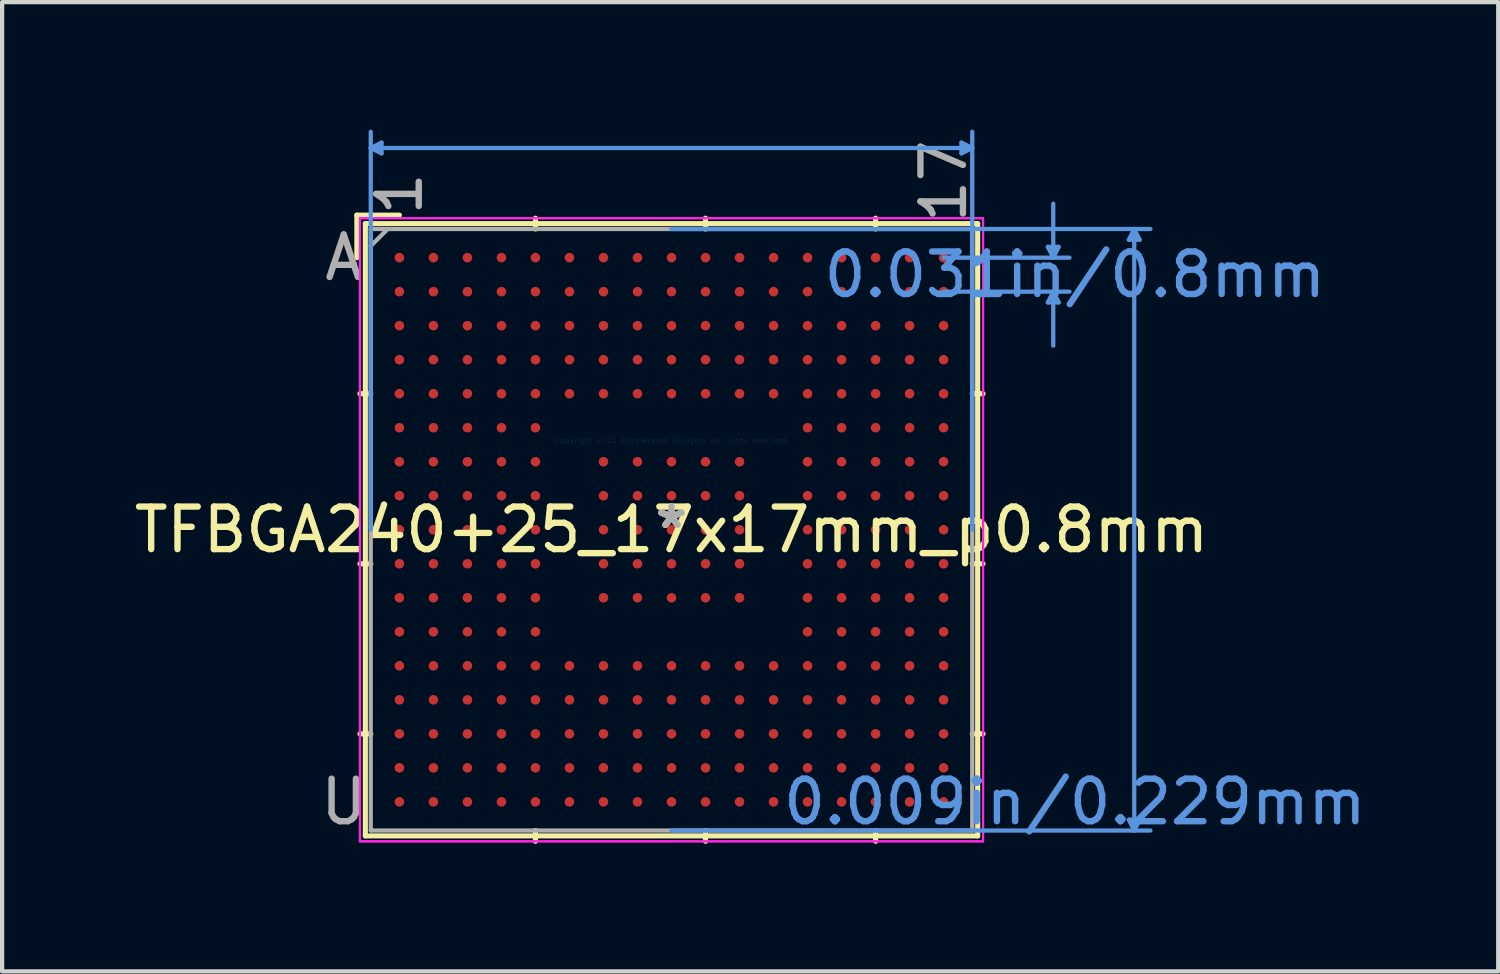
<source format=kicad_pcb>
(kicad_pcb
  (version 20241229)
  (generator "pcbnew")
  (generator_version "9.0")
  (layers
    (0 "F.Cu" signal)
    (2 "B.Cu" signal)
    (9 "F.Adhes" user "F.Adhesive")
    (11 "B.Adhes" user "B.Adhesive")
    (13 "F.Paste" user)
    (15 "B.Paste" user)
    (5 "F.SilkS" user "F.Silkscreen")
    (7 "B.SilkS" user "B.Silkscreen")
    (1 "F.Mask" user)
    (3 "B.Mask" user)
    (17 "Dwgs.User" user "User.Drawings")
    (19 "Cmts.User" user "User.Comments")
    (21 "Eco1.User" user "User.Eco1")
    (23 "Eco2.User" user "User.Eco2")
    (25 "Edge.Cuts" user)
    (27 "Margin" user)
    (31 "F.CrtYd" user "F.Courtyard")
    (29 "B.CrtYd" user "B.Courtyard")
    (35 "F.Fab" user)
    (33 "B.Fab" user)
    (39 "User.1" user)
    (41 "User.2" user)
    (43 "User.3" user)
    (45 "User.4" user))
  (footprint "TFBGA240+25_17x17mm_p0.8mm"
    (layer "F.Cu")
    (at 12.744 9.41)
    (property "Reference" "TFBGA240+25_17x17mm_p0.8mm" (at 0 0 0) (layer "F.SilkS") (effects (font (size 1 1) (thickness 0.15))))
    (attr through_hole)
    (fp_line (start -7.4 -7.4) (end -6.4 -7.4) (stroke (width 0.12) (type solid)) (layer "F.SilkS"))
    (fp_line (start -7.4 -6.4) (end -7.4 -7.4) (stroke (width 0.12) (type solid)) (layer "F.SilkS"))
    (fp_line (start -7.201 -7.201) (end -7.201 7.201) (stroke (width 0.12) (type solid)) (layer "F.SilkS"))
    (fp_line (start -7.201 7.201) (end 7.201 7.201) (stroke (width 0.12) (type solid)) (layer "F.SilkS"))
    (fp_line (start -7.074 -3.2) (end -7.328 -3.2) (stroke (width 0.12) (type solid)) (layer "F.SilkS"))
    (fp_line (start -7.074 0.8) (end -7.328 0.8) (stroke (width 0.12) (type solid)) (layer "F.SilkS"))
    (fp_line (start -7.074 4.8) (end -7.328 4.8) (stroke (width 0.12) (type solid)) (layer "F.SilkS"))
    (fp_line (start -3.2 -7.074) (end -3.2 -7.328) (stroke (width 0.12) (type solid)) (layer "F.SilkS"))
    (fp_line (start -3.2 7.074) (end -3.2 7.328) (stroke (width 0.12) (type solid)) (layer "F.SilkS"))
    (fp_line (start 0.8 -7.074) (end 0.8 -7.328) (stroke (width 0.12) (type solid)) (layer "F.SilkS"))
    (fp_line (start 0.8 7.074) (end 0.8 7.328) (stroke (width 0.12) (type solid)) (layer "F.SilkS"))
    (fp_line (start 4.8 -7.074) (end 4.8 -7.328) (stroke (width 0.12) (type solid)) (layer "F.SilkS"))
    (fp_line (start 4.8 7.074) (end 4.8 7.328) (stroke (width 0.12) (type solid)) (layer "F.SilkS"))
    (fp_line (start 7.074 -3.2) (end 7.328 -3.2) (stroke (width 0.12) (type solid)) (layer "F.SilkS"))
    (fp_line (start 7.074 0.8) (end 7.328 0.8) (stroke (width 0.12) (type solid)) (layer "F.SilkS"))
    (fp_line (start 7.074 4.8) (end 7.328 4.8) (stroke (width 0.12) (type solid)) (layer "F.SilkS"))
    (fp_line (start 7.201 -7.201) (end -7.201 -7.201) (stroke (width 0.12) (type solid)) (layer "F.SilkS"))
    (fp_line (start 7.201 7.201) (end 7.201 -7.201) (stroke (width 0.12) (type solid)) (layer "F.SilkS"))
    (fp_line (start -7.074 -8.979) (end -6.82 -9.106) (stroke (width 0.1) (type solid)) (layer "Cmts.User"))
    (fp_line (start -7.074 -8.979) (end -6.82 -8.852) (stroke (width 0.1) (type solid)) (layer "Cmts.User"))
    (fp_line (start -7.074 -8.979) (end 7.074 -8.979) (stroke (width 0.1) (type solid)) (layer "Cmts.User"))
    (fp_line (start -7.074 0) (end -7.074 -9.36) (stroke (width 0.1) (type solid)) (layer "Cmts.User"))
    (fp_line (start -6.82 -9.106) (end -6.82 -8.852) (stroke (width 0.1) (type solid)) (layer "Cmts.User"))
    (fp_line (start 0 -7.074) (end 11.265 -7.074) (stroke (width 0.1) (type solid)) (layer "Cmts.User"))
    (fp_line (start 0 7.074) (end 11.265 7.074) (stroke (width 0.1) (type solid)) (layer "Cmts.User"))
    (fp_line (start 6.4 -6.4) (end 9.36 -6.4) (stroke (width 0.1) (type solid)) (layer "Cmts.User"))
    (fp_line (start 6.4 -5.6) (end 9.36 -5.6) (stroke (width 0.1) (type solid)) (layer "Cmts.User"))
    (fp_line (start 6.82 -9.106) (end 6.82 -8.852) (stroke (width 0.1) (type solid)) (layer "Cmts.User"))
    (fp_line (start 7.074 -8.979) (end 6.82 -9.106) (stroke (width 0.1) (type solid)) (layer "Cmts.User"))
    (fp_line (start 7.074 -8.979) (end 6.82 -8.852) (stroke (width 0.1) (type solid)) (layer "Cmts.User"))
    (fp_line (start 7.074 0) (end 7.074 -9.36) (stroke (width 0.1) (type solid)) (layer "Cmts.User"))
    (fp_line (start 8.852 -6.654) (end 9.106 -6.654) (stroke (width 0.1) (type solid)) (layer "Cmts.User"))
    (fp_line (start 8.852 -5.346) (end 9.106 -5.346) (stroke (width 0.1) (type solid)) (layer "Cmts.User"))
    (fp_line (start 8.979 -6.4) (end 8.852 -6.654) (stroke (width 0.1) (type solid)) (layer "Cmts.User"))
    (fp_line (start 8.979 -6.4) (end 8.979 -7.67) (stroke (width 0.1) (type solid)) (layer "Cmts.User"))
    (fp_line (start 8.979 -6.4) (end 9.106 -6.654) (stroke (width 0.1) (type solid)) (layer "Cmts.User"))
    (fp_line (start 8.979 -5.6) (end 8.852 -5.346) (stroke (width 0.1) (type solid)) (layer "Cmts.User"))
    (fp_line (start 8.979 -5.6) (end 8.979 -4.33) (stroke (width 0.1) (type solid)) (layer "Cmts.User"))
    (fp_line (start 8.979 -5.6) (end 9.106 -5.346) (stroke (width 0.1) (type solid)) (layer "Cmts.User"))
    (fp_line (start 10.757 -6.82) (end 11.011 -6.82) (stroke (width 0.1) (type solid)) (layer "Cmts.User"))
    (fp_line (start 10.757 6.82) (end 11.011 6.82) (stroke (width 0.1) (type solid)) (layer "Cmts.User"))
    (fp_line (start 10.884 -7.074) (end 10.757 -6.82) (stroke (width 0.1) (type solid)) (layer "Cmts.User"))
    (fp_line (start 10.884 -7.074) (end 10.884 7.074) (stroke (width 0.1) (type solid)) (layer "Cmts.User"))
    (fp_line (start 10.884 -7.074) (end 11.011 -6.82) (stroke (width 0.1) (type solid)) (layer "Cmts.User"))
    (fp_line (start 10.884 7.074) (end 10.757 6.82) (stroke (width 0.1) (type solid)) (layer "Cmts.User"))
    (fp_line (start 10.884 7.074) (end 11.011 6.82) (stroke (width 0.1) (type solid)) (layer "Cmts.User"))
    (fp_line (start -7.328 -7.328) (end 7.328 -7.328) (stroke (width 0.05) (type solid)) (layer "F.CrtYd"))
    (fp_line (start -7.328 -7.328) (end 7.328 -7.328) (stroke (width 0.05) (type solid)) (layer "F.CrtYd"))
    (fp_line (start -7.328 7.328) (end -7.328 -7.328) (stroke (width 0.05) (type solid)) (layer "F.CrtYd"))
    (fp_line (start -7.328 7.328) (end -7.328 -7.328) (stroke (width 0.05) (type solid)) (layer "F.CrtYd"))
    (fp_line (start 7.328 -7.328) (end 7.328 7.328) (stroke (width 0.05) (type solid)) (layer "F.CrtYd"))
    (fp_line (start 7.328 -7.328) (end 7.328 7.328) (stroke (width 0.05) (type solid)) (layer "F.CrtYd"))
    (fp_line (start 7.328 7.328) (end -7.328 7.328) (stroke (width 0.05) (type solid)) (layer "F.CrtYd"))
    (fp_line (start 7.328 7.328) (end -7.328 7.328) (stroke (width 0.05) (type solid)) (layer "F.CrtYd"))
    (fp_line (start -7.074 -7.074) (end -7.074 7.074) (stroke (width 0.1) (type solid)) (layer "F.Fab"))
    (fp_line (start -7.074 7.074) (end 7.074 7.074) (stroke (width 0.1) (type solid)) (layer "F.Fab"))
    (fp_line (start -6.674 -7.074) (end -7.074 -6.674) (stroke (width 0.1) (type solid)) (layer "F.Fab"))
    (fp_line (start 7.074 -7.074) (end -7.074 -7.074) (stroke (width 0.1) (type solid)) (layer "F.Fab"))
    (fp_line (start 7.074 7.074) (end 7.074 -7.074) (stroke (width 0.1) (type solid)) (layer "F.Fab"))
    (fp_text user "*" (at 0 0 0) (layer "F.SilkS") (effects (font (size 1 1) (thickness 0.15))))
    (fp_text user "Copyright 2021 Accelerated Designs. All rights reserved." (at 0 -2.1 0) (layer "Cmts.User") (effects (font (size 0.127 0.127) (thickness 0.002))))
    (fp_text user "0.031in/0.8mm" (at 9.487 -6 0) (layer "Cmts.User") (effects (font (size 1 1) (thickness 0.15))))
    (fp_text user "0.009in/0.229mm" (at 9.487 6.4 0) (layer "Cmts.User") (effects (font (size 1 1) (thickness 0.15))))
    (fp_text user "17" (at 6.4 -8.2 90) (layer "F.Fab") (effects (font (size 1 1) (thickness 0.15))))
    (fp_text user "1" (at -6.4 -7.9 90) (layer "F.Fab") (effects (font (size 1 1) (thickness 0.15))))
    (fp_text user "A" (at -7.709 -6.4 0) (layer "F.Fab") (effects (font (size 1 1) (thickness 0.15))))
    (fp_text user "U" (at -7.709 6.4 0) (layer "F.Fab") (effects (font (size 1 1) (thickness 0.15))))
    (fp_text user "*" (at 0 0 0) (layer "F.Fab") (effects (font (size 1 1) (thickness 0.15))))
    (pad "A1" smd circle (at -6.4 -6.4) (size 0.225 0.225) (property pad_prop_bga) (layers "F.Cu" "F.Mask" "F.Paste"))
    (pad "A2" smd circle (at -5.6 -6.4) (size 0.225 0.225) (property pad_prop_bga) (layers "F.Cu" "F.Mask" "F.Paste"))
    (pad "A3" smd circle (at -4.8 -6.4) (size 0.225 0.225) (property pad_prop_bga) (layers "F.Cu" "F.Mask" "F.Paste"))
    (pad "A4" smd circle (at -4 -6.4) (size 0.225 0.225) (property pad_prop_bga) (layers "F.Cu" "F.Mask" "F.Paste"))
    (pad "A5" smd circle (at -3.2 -6.4) (size 0.225 0.225) (property pad_prop_bga) (layers "F.Cu" "F.Mask" "F.Paste"))
    (pad "A6" smd circle (at -2.4 -6.4) (size 0.225 0.225) (property pad_prop_bga) (layers "F.Cu" "F.Mask" "F.Paste"))
    (pad "A7" smd circle (at -1.6 -6.4) (size 0.225 0.225) (property pad_prop_bga) (layers "F.Cu" "F.Mask" "F.Paste"))
    (pad "A8" smd circle (at -0.8 -6.4) (size 0.225 0.225) (property pad_prop_bga) (layers "F.Cu" "F.Mask" "F.Paste"))
    (pad "A9" smd circle (at 0 -6.4) (size 0.225 0.225) (property pad_prop_bga) (layers "F.Cu" "F.Mask" "F.Paste"))
    (pad "A10" smd circle (at 0.8 -6.4) (size 0.225 0.225) (property pad_prop_bga) (layers "F.Cu" "F.Mask" "F.Paste"))
    (pad "A11" smd circle (at 1.6 -6.4) (size 0.225 0.225) (property pad_prop_bga) (layers "F.Cu" "F.Mask" "F.Paste"))
    (pad "A12" smd circle (at 2.4 -6.4) (size 0.225 0.225) (property pad_prop_bga) (layers "F.Cu" "F.Mask" "F.Paste"))
    (pad "A13" smd circle (at 3.2 -6.4) (size 0.225 0.225) (property pad_prop_bga) (layers "F.Cu" "F.Mask" "F.Paste"))
    (pad "A14" smd circle (at 4 -6.4) (size 0.225 0.225) (property pad_prop_bga) (layers "F.Cu" "F.Mask" "F.Paste"))
    (pad "A15" smd circle (at 4.8 -6.4) (size 0.225 0.225) (property pad_prop_bga) (layers "F.Cu" "F.Mask" "F.Paste"))
    (pad "A16" smd circle (at 5.6 -6.4) (size 0.225 0.225) (property pad_prop_bga) (layers "F.Cu" "F.Mask" "F.Paste"))
    (pad "A17" smd circle (at 6.4 -6.4) (size 0.225 0.225) (property pad_prop_bga) (layers "F.Cu" "F.Mask" "F.Paste"))
    (pad "B1" smd circle (at -6.4 -5.6) (size 0.225 0.225) (property pad_prop_bga) (layers "F.Cu" "F.Mask" "F.Paste"))
    (pad "B2" smd circle (at -5.6 -5.6) (size 0.225 0.225) (property pad_prop_bga) (layers "F.Cu" "F.Mask" "F.Paste"))
    (pad "B3" smd circle (at -4.8 -5.6) (size 0.225 0.225) (property pad_prop_bga) (layers "F.Cu" "F.Mask" "F.Paste"))
    (pad "B4" smd circle (at -4 -5.6) (size 0.225 0.225) (property pad_prop_bga) (layers "F.Cu" "F.Mask" "F.Paste"))
    (pad "B5" smd circle (at -3.2 -5.6) (size 0.225 0.225) (property pad_prop_bga) (layers "F.Cu" "F.Mask" "F.Paste"))
    (pad "B6" smd circle (at -2.4 -5.6) (size 0.225 0.225) (property pad_prop_bga) (layers "F.Cu" "F.Mask" "F.Paste"))
    (pad "B7" smd circle (at -1.6 -5.6) (size 0.225 0.225) (property pad_prop_bga) (layers "F.Cu" "F.Mask" "F.Paste"))
    (pad "B8" smd circle (at -0.8 -5.6) (size 0.225 0.225) (property pad_prop_bga) (layers "F.Cu" "F.Mask" "F.Paste"))
    (pad "B9" smd circle (at 0 -5.6) (size 0.225 0.225) (property pad_prop_bga) (layers "F.Cu" "F.Mask" "F.Paste"))
    (pad "B10" smd circle (at 0.8 -5.6) (size 0.225 0.225) (property pad_prop_bga) (layers "F.Cu" "F.Mask" "F.Paste"))
    (pad "B11" smd circle (at 1.6 -5.6) (size 0.225 0.225) (property pad_prop_bga) (layers "F.Cu" "F.Mask" "F.Paste"))
    (pad "B12" smd circle (at 2.4 -5.6) (size 0.225 0.225) (property pad_prop_bga) (layers "F.Cu" "F.Mask" "F.Paste"))
    (pad "B13" smd circle (at 3.2 -5.6) (size 0.225 0.225) (property pad_prop_bga) (layers "F.Cu" "F.Mask" "F.Paste"))
    (pad "B14" smd circle (at 4 -5.6) (size 0.225 0.225) (property pad_prop_bga) (layers "F.Cu" "F.Mask" "F.Paste"))
    (pad "B15" smd circle (at 4.8 -5.6) (size 0.225 0.225) (property pad_prop_bga) (layers "F.Cu" "F.Mask" "F.Paste"))
    (pad "B16" smd circle (at 5.6 -5.6) (size 0.225 0.225) (property pad_prop_bga) (layers "F.Cu" "F.Mask" "F.Paste"))
    (pad "B17" smd circle (at 6.4 -5.6) (size 0.225 0.225) (property pad_prop_bga) (layers "F.Cu" "F.Mask" "F.Paste"))
    (pad "C1" smd circle (at -6.4 -4.8) (size 0.225 0.225) (property pad_prop_bga) (layers "F.Cu" "F.Mask" "F.Paste"))
    (pad "C2" smd circle (at -5.6 -4.8) (size 0.225 0.225) (property pad_prop_bga) (layers "F.Cu" "F.Mask" "F.Paste"))
    (pad "C3" smd circle (at -4.8 -4.8) (size 0.225 0.225) (property pad_prop_bga) (layers "F.Cu" "F.Mask" "F.Paste"))
    (pad "C4" smd circle (at -4 -4.8) (size 0.225 0.225) (property pad_prop_bga) (layers "F.Cu" "F.Mask" "F.Paste"))
    (pad "C5" smd circle (at -3.2 -4.8) (size 0.225 0.225) (property pad_prop_bga) (layers "F.Cu" "F.Mask" "F.Paste"))
    (pad "C6" smd circle (at -2.4 -4.8) (size 0.225 0.225) (property pad_prop_bga) (layers "F.Cu" "F.Mask" "F.Paste"))
    (pad "C7" smd circle (at -1.6 -4.8) (size 0.225 0.225) (property pad_prop_bga) (layers "F.Cu" "F.Mask" "F.Paste"))
    (pad "C8" smd circle (at -0.8 -4.8) (size 0.225 0.225) (property pad_prop_bga) (layers "F.Cu" "F.Mask" "F.Paste"))
    (pad "C9" smd circle (at 0 -4.8) (size 0.225 0.225) (property pad_prop_bga) (layers "F.Cu" "F.Mask" "F.Paste"))
    (pad "C10" smd circle (at 0.8 -4.8) (size 0.225 0.225) (property pad_prop_bga) (layers "F.Cu" "F.Mask" "F.Paste"))
    (pad "C11" smd circle (at 1.6 -4.8) (size 0.225 0.225) (property pad_prop_bga) (layers "F.Cu" "F.Mask" "F.Paste"))
    (pad "C12" smd circle (at 2.4 -4.8) (size 0.225 0.225) (property pad_prop_bga) (layers "F.Cu" "F.Mask" "F.Paste"))
    (pad "C13" smd circle (at 3.2 -4.8) (size 0.225 0.225) (property pad_prop_bga) (layers "F.Cu" "F.Mask" "F.Paste"))
    (pad "C14" smd circle (at 4 -4.8) (size 0.225 0.225) (property pad_prop_bga) (layers "F.Cu" "F.Mask" "F.Paste"))
    (pad "C15" smd circle (at 4.8 -4.8) (size 0.225 0.225) (property pad_prop_bga) (layers "F.Cu" "F.Mask" "F.Paste"))
    (pad "C16" smd circle (at 5.6 -4.8) (size 0.225 0.225) (property pad_prop_bga) (layers "F.Cu" "F.Mask" "F.Paste"))
    (pad "C17" smd circle (at 6.4 -4.8) (size 0.225 0.225) (property pad_prop_bga) (layers "F.Cu" "F.Mask" "F.Paste"))
    (pad "D1" smd circle (at -6.4 -4) (size 0.225 0.225) (property pad_prop_bga) (layers "F.Cu" "F.Mask" "F.Paste"))
    (pad "D2" smd circle (at -5.6 -4) (size 0.225 0.225) (property pad_prop_bga) (layers "F.Cu" "F.Mask" "F.Paste"))
    (pad "D3" smd circle (at -4.8 -4) (size 0.225 0.225) (property pad_prop_bga) (layers "F.Cu" "F.Mask" "F.Paste"))
    (pad "D4" smd circle (at -4 -4) (size 0.225 0.225) (property pad_prop_bga) (layers "F.Cu" "F.Mask" "F.Paste"))
    (pad "D5" smd circle (at -3.2 -4) (size 0.225 0.225) (property pad_prop_bga) (layers "F.Cu" "F.Mask" "F.Paste"))
    (pad "D6" smd circle (at -2.4 -4) (size 0.225 0.225) (property pad_prop_bga) (layers "F.Cu" "F.Mask" "F.Paste"))
    (pad "D7" smd circle (at -1.6 -4) (size 0.225 0.225) (property pad_prop_bga) (layers "F.Cu" "F.Mask" "F.Paste"))
    (pad "D8" smd circle (at -0.8 -4) (size 0.225 0.225) (property pad_prop_bga) (layers "F.Cu" "F.Mask" "F.Paste"))
    (pad "D9" smd circle (at 0 -4) (size 0.225 0.225) (property pad_prop_bga) (layers "F.Cu" "F.Mask" "F.Paste"))
    (pad "D10" smd circle (at 0.8 -4) (size 0.225 0.225) (property pad_prop_bga) (layers "F.Cu" "F.Mask" "F.Paste"))
    (pad "D11" smd circle (at 1.6 -4) (size 0.225 0.225) (property pad_prop_bga) (layers "F.Cu" "F.Mask" "F.Paste"))
    (pad "D12" smd circle (at 2.4 -4) (size 0.225 0.225) (property pad_prop_bga) (layers "F.Cu" "F.Mask" "F.Paste"))
    (pad "D13" smd circle (at 3.2 -4) (size 0.225 0.225) (property pad_prop_bga) (layers "F.Cu" "F.Mask" "F.Paste"))
    (pad "D14" smd circle (at 4 -4) (size 0.225 0.225) (property pad_prop_bga) (layers "F.Cu" "F.Mask" "F.Paste"))
    (pad "D15" smd circle (at 4.8 -4) (size 0.225 0.225) (property pad_prop_bga) (layers "F.Cu" "F.Mask" "F.Paste"))
    (pad "D16" smd circle (at 5.6 -4) (size 0.225 0.225) (property pad_prop_bga) (layers "F.Cu" "F.Mask" "F.Paste"))
    (pad "D17" smd circle (at 6.4 -4) (size 0.225 0.225) (property pad_prop_bga) (layers "F.Cu" "F.Mask" "F.Paste"))
    (pad "E1" smd circle (at -6.4 -3.2) (size 0.225 0.225) (property pad_prop_bga) (layers "F.Cu" "F.Mask" "F.Paste"))
    (pad "E2" smd circle (at -5.6 -3.2) (size 0.225 0.225) (property pad_prop_bga) (layers "F.Cu" "F.Mask" "F.Paste"))
    (pad "E3" smd circle (at -4.8 -3.2) (size 0.225 0.225) (property pad_prop_bga) (layers "F.Cu" "F.Mask" "F.Paste"))
    (pad "E4" smd circle (at -4 -3.2) (size 0.225 0.225) (property pad_prop_bga) (layers "F.Cu" "F.Mask" "F.Paste"))
    (pad "E5" smd circle (at -3.2 -3.2) (size 0.225 0.225) (property pad_prop_bga) (layers "F.Cu" "F.Mask" "F.Paste"))
    (pad "E6" smd circle (at -2.4 -3.2) (size 0.225 0.225) (property pad_prop_bga) (layers "F.Cu" "F.Mask" "F.Paste"))
    (pad "E7" smd circle (at -1.6 -3.2) (size 0.225 0.225) (property pad_prop_bga) (layers "F.Cu" "F.Mask" "F.Paste"))
    (pad "E8" smd circle (at -0.8 -3.2) (size 0.225 0.225) (property pad_prop_bga) (layers "F.Cu" "F.Mask" "F.Paste"))
    (pad "E9" smd circle (at 0 -3.2) (size 0.225 0.225) (property pad_prop_bga) (layers "F.Cu" "F.Mask" "F.Paste"))
    (pad "E10" smd circle (at 0.8 -3.2) (size 0.225 0.225) (property pad_prop_bga) (layers "F.Cu" "F.Mask" "F.Paste"))
    (pad "E11" smd circle (at 1.6 -3.2) (size 0.225 0.225) (property pad_prop_bga) (layers "F.Cu" "F.Mask" "F.Paste"))
    (pad "E12" smd circle (at 2.4 -3.2) (size 0.225 0.225) (property pad_prop_bga) (layers "F.Cu" "F.Mask" "F.Paste"))
    (pad "E13" smd circle (at 3.2 -3.2) (size 0.225 0.225) (property pad_prop_bga) (layers "F.Cu" "F.Mask" "F.Paste"))
    (pad "E14" smd circle (at 4 -3.2) (size 0.225 0.225) (property pad_prop_bga) (layers "F.Cu" "F.Mask" "F.Paste"))
    (pad "E15" smd circle (at 4.8 -3.2) (size 0.225 0.225) (property pad_prop_bga) (layers "F.Cu" "F.Mask" "F.Paste"))
    (pad "E16" smd circle (at 5.6 -3.2) (size 0.225 0.225) (property pad_prop_bga) (layers "F.Cu" "F.Mask" "F.Paste"))
    (pad "E17" smd circle (at 6.4 -3.2) (size 0.225 0.225) (property pad_prop_bga) (layers "F.Cu" "F.Mask" "F.Paste"))
    (pad "F1" smd circle (at -6.4 -2.4) (size 0.225 0.225) (property pad_prop_bga) (layers "F.Cu" "F.Mask" "F.Paste"))
    (pad "F2" smd circle (at -5.6 -2.4) (size 0.225 0.225) (property pad_prop_bga) (layers "F.Cu" "F.Mask" "F.Paste"))
    (pad "F3" smd circle (at -4.8 -2.4) (size 0.225 0.225) (property pad_prop_bga) (layers "F.Cu" "F.Mask" "F.Paste"))
    (pad "F4" smd circle (at -4 -2.4) (size 0.225 0.225) (property pad_prop_bga) (layers "F.Cu" "F.Mask" "F.Paste"))
    (pad "F5" smd circle (at -3.2 -2.4) (size 0.225 0.225) (property pad_prop_bga) (layers "F.Cu" "F.Mask" "F.Paste"))
    (pad "F13" smd circle (at 3.2 -2.4) (size 0.225 0.225) (property pad_prop_bga) (layers "F.Cu" "F.Mask" "F.Paste"))
    (pad "F14" smd circle (at 4 -2.4) (size 0.225 0.225) (property pad_prop_bga) (layers "F.Cu" "F.Mask" "F.Paste"))
    (pad "F15" smd circle (at 4.8 -2.4) (size 0.225 0.225) (property pad_prop_bga) (layers "F.Cu" "F.Mask" "F.Paste"))
    (pad "F16" smd circle (at 5.6 -2.4) (size 0.225 0.225) (property pad_prop_bga) (layers "F.Cu" "F.Mask" "F.Paste"))
    (pad "F17" smd circle (at 6.4 -2.4) (size 0.225 0.225) (property pad_prop_bga) (layers "F.Cu" "F.Mask" "F.Paste"))
    (pad "G1" smd circle (at -6.4 -1.6) (size 0.225 0.225) (property pad_prop_bga) (layers "F.Cu" "F.Mask" "F.Paste"))
    (pad "G2" smd circle (at -5.6 -1.6) (size 0.225 0.225) (property pad_prop_bga) (layers "F.Cu" "F.Mask" "F.Paste"))
    (pad "G3" smd circle (at -4.8 -1.6) (size 0.225 0.225) (property pad_prop_bga) (layers "F.Cu" "F.Mask" "F.Paste"))
    (pad "G4" smd circle (at -4 -1.6) (size 0.225 0.225) (property pad_prop_bga) (layers "F.Cu" "F.Mask" "F.Paste"))
    (pad "G5" smd circle (at -3.2 -1.6) (size 0.225 0.225) (property pad_prop_bga) (layers "F.Cu" "F.Mask" "F.Paste"))
    (pad "G7" smd circle (at -1.6 -1.6) (size 0.225 0.225) (property pad_prop_bga) (layers "F.Cu" "F.Mask" "F.Paste"))
    (pad "G8" smd circle (at -0.8 -1.6) (size 0.225 0.225) (property pad_prop_bga) (layers "F.Cu" "F.Mask" "F.Paste"))
    (pad "G9" smd circle (at 0 -1.6) (size 0.225 0.225) (property pad_prop_bga) (layers "F.Cu" "F.Mask" "F.Paste"))
    (pad "G10" smd circle (at 0.8 -1.6) (size 0.225 0.225) (property pad_prop_bga) (layers "F.Cu" "F.Mask" "F.Paste"))
    (pad "G11" smd circle (at 1.6 -1.6) (size 0.225 0.225) (property pad_prop_bga) (layers "F.Cu" "F.Mask" "F.Paste"))
    (pad "G13" smd circle (at 3.2 -1.6) (size 0.225 0.225) (property pad_prop_bga) (layers "F.Cu" "F.Mask" "F.Paste"))
    (pad "G14" smd circle (at 4 -1.6) (size 0.225 0.225) (property pad_prop_bga) (layers "F.Cu" "F.Mask" "F.Paste"))
    (pad "G15" smd circle (at 4.8 -1.6) (size 0.225 0.225) (property pad_prop_bga) (layers "F.Cu" "F.Mask" "F.Paste"))
    (pad "G16" smd circle (at 5.6 -1.6) (size 0.225 0.225) (property pad_prop_bga) (layers "F.Cu" "F.Mask" "F.Paste"))
    (pad "G17" smd circle (at 6.4 -1.6) (size 0.225 0.225) (property pad_prop_bga) (layers "F.Cu" "F.Mask" "F.Paste"))
    (pad "H1" smd circle (at -6.4 -0.8) (size 0.225 0.225) (property pad_prop_bga) (layers "F.Cu" "F.Mask" "F.Paste"))
    (pad "H2" smd circle (at -5.6 -0.8) (size 0.225 0.225) (property pad_prop_bga) (layers "F.Cu" "F.Mask" "F.Paste"))
    (pad "H3" smd circle (at -4.8 -0.8) (size 0.225 0.225) (property pad_prop_bga) (layers "F.Cu" "F.Mask" "F.Paste"))
    (pad "H4" smd circle (at -4 -0.8) (size 0.225 0.225) (property pad_prop_bga) (layers "F.Cu" "F.Mask" "F.Paste"))
    (pad "H5" smd circle (at -3.2 -0.8) (size 0.225 0.225) (property pad_prop_bga) (layers "F.Cu" "F.Mask" "F.Paste"))
    (pad "H7" smd circle (at -1.6 -0.8) (size 0.225 0.225) (property pad_prop_bga) (layers "F.Cu" "F.Mask" "F.Paste"))
    (pad "H8" smd circle (at -0.8 -0.8) (size 0.225 0.225) (property pad_prop_bga) (layers "F.Cu" "F.Mask" "F.Paste"))
    (pad "H9" smd circle (at 0 -0.8) (size 0.225 0.225) (property pad_prop_bga) (layers "F.Cu" "F.Mask" "F.Paste"))
    (pad "H10" smd circle (at 0.8 -0.8) (size 0.225 0.225) (property pad_prop_bga) (layers "F.Cu" "F.Mask" "F.Paste"))
    (pad "H11" smd circle (at 1.6 -0.8) (size 0.225 0.225) (property pad_prop_bga) (layers "F.Cu" "F.Mask" "F.Paste"))
    (pad "H13" smd circle (at 3.2 -0.8) (size 0.225 0.225) (property pad_prop_bga) (layers "F.Cu" "F.Mask" "F.Paste"))
    (pad "H14" smd circle (at 4 -0.8) (size 0.225 0.225) (property pad_prop_bga) (layers "F.Cu" "F.Mask" "F.Paste"))
    (pad "H15" smd circle (at 4.8 -0.8) (size 0.225 0.225) (property pad_prop_bga) (layers "F.Cu" "F.Mask" "F.Paste"))
    (pad "H16" smd circle (at 5.6 -0.8) (size 0.225 0.225) (property pad_prop_bga) (layers "F.Cu" "F.Mask" "F.Paste"))
    (pad "H17" smd circle (at 6.4 -0.8) (size 0.225 0.225) (property pad_prop_bga) (layers "F.Cu" "F.Mask" "F.Paste"))
    (pad "J1" smd circle (at -6.4 0) (size 0.225 0.225) (property pad_prop_bga) (layers "F.Cu" "F.Mask" "F.Paste"))
    (pad "J2" smd circle (at -5.6 0) (size 0.225 0.225) (property pad_prop_bga) (layers "F.Cu" "F.Mask" "F.Paste"))
    (pad "J3" smd circle (at -4.8 0) (size 0.225 0.225) (property pad_prop_bga) (layers "F.Cu" "F.Mask" "F.Paste"))
    (pad "J4" smd circle (at -4 0) (size 0.225 0.225) (property pad_prop_bga) (layers "F.Cu" "F.Mask" "F.Paste"))
    (pad "J5" smd circle (at -3.2 0) (size 0.225 0.225) (property pad_prop_bga) (layers "F.Cu" "F.Mask" "F.Paste"))
    (pad "J7" smd circle (at -1.6 0) (size 0.225 0.225) (property pad_prop_bga) (layers "F.Cu" "F.Mask" "F.Paste"))
    (pad "J8" smd circle (at -0.8 0) (size 0.225 0.225) (property pad_prop_bga) (layers "F.Cu" "F.Mask" "F.Paste"))
    (pad "J9" smd circle (at 0 0) (size 0.225 0.225) (property pad_prop_bga) (layers "F.Cu" "F.Mask" "F.Paste"))
    (pad "J10" smd circle (at 0.8 0) (size 0.225 0.225) (property pad_prop_bga) (layers "F.Cu" "F.Mask" "F.Paste"))
    (pad "J11" smd circle (at 1.6 0) (size 0.225 0.225) (property pad_prop_bga) (layers "F.Cu" "F.Mask" "F.Paste"))
    (pad "J13" smd circle (at 3.2 0) (size 0.225 0.225) (property pad_prop_bga) (layers "F.Cu" "F.Mask" "F.Paste"))
    (pad "J14" smd circle (at 4 0) (size 0.225 0.225) (property pad_prop_bga) (layers "F.Cu" "F.Mask" "F.Paste"))
    (pad "J15" smd circle (at 4.8 0) (size 0.225 0.225) (property pad_prop_bga) (layers "F.Cu" "F.Mask" "F.Paste"))
    (pad "J16" smd circle (at 5.6 0) (size 0.225 0.225) (property pad_prop_bga) (layers "F.Cu" "F.Mask" "F.Paste"))
    (pad "J17" smd circle (at 6.4 0) (size 0.225 0.225) (property pad_prop_bga) (layers "F.Cu" "F.Mask" "F.Paste"))
    (pad "K1" smd circle (at -6.4 0.8) (size 0.225 0.225) (property pad_prop_bga) (layers "F.Cu" "F.Mask" "F.Paste"))
    (pad "K2" smd circle (at -5.6 0.8) (size 0.225 0.225) (property pad_prop_bga) (layers "F.Cu" "F.Mask" "F.Paste"))
    (pad "K3" smd circle (at -4.8 0.8) (size 0.225 0.225) (property pad_prop_bga) (layers "F.Cu" "F.Mask" "F.Paste"))
    (pad "K4" smd circle (at -4 0.8) (size 0.225 0.225) (property pad_prop_bga) (layers "F.Cu" "F.Mask" "F.Paste"))
    (pad "K5" smd circle (at -3.2 0.8) (size 0.225 0.225) (property pad_prop_bga) (layers "F.Cu" "F.Mask" "F.Paste"))
    (pad "K7" smd circle (at -1.6 0.8) (size 0.225 0.225) (property pad_prop_bga) (layers "F.Cu" "F.Mask" "F.Paste"))
    (pad "K8" smd circle (at -0.8 0.8) (size 0.225 0.225) (property pad_prop_bga) (layers "F.Cu" "F.Mask" "F.Paste"))
    (pad "K9" smd circle (at 0 0.8) (size 0.225 0.225) (property pad_prop_bga) (layers "F.Cu" "F.Mask" "F.Paste"))
    (pad "K10" smd circle (at 0.8 0.8) (size 0.225 0.225) (property pad_prop_bga) (layers "F.Cu" "F.Mask" "F.Paste"))
    (pad "K11" smd circle (at 1.6 0.8) (size 0.225 0.225) (property pad_prop_bga) (layers "F.Cu" "F.Mask" "F.Paste"))
    (pad "K13" smd circle (at 3.2 0.8) (size 0.225 0.225) (property pad_prop_bga) (layers "F.Cu" "F.Mask" "F.Paste"))
    (pad "K14" smd circle (at 4 0.8) (size 0.225 0.225) (property pad_prop_bga) (layers "F.Cu" "F.Mask" "F.Paste"))
    (pad "K15" smd circle (at 4.8 0.8) (size 0.225 0.225) (property pad_prop_bga) (layers "F.Cu" "F.Mask" "F.Paste"))
    (pad "K16" smd circle (at 5.6 0.8) (size 0.225 0.225) (property pad_prop_bga) (layers "F.Cu" "F.Mask" "F.Paste"))
    (pad "K17" smd circle (at 6.4 0.8) (size 0.225 0.225) (property pad_prop_bga) (layers "F.Cu" "F.Mask" "F.Paste"))
    (pad "L1" smd circle (at -6.4 1.6) (size 0.225 0.225) (property pad_prop_bga) (layers "F.Cu" "F.Mask" "F.Paste"))
    (pad "L2" smd circle (at -5.6 1.6) (size 0.225 0.225) (property pad_prop_bga) (layers "F.Cu" "F.Mask" "F.Paste"))
    (pad "L3" smd circle (at -4.8 1.6) (size 0.225 0.225) (property pad_prop_bga) (layers "F.Cu" "F.Mask" "F.Paste"))
    (pad "L4" smd circle (at -4 1.6) (size 0.225 0.225) (property pad_prop_bga) (layers "F.Cu" "F.Mask" "F.Paste"))
    (pad "L5" smd circle (at -3.2 1.6) (size 0.225 0.225) (property pad_prop_bga) (layers "F.Cu" "F.Mask" "F.Paste"))
    (pad "L7" smd circle (at -1.6 1.6) (size 0.225 0.225) (property pad_prop_bga) (layers "F.Cu" "F.Mask" "F.Paste"))
    (pad "L8" smd circle (at -0.8 1.6) (size 0.225 0.225) (property pad_prop_bga) (layers "F.Cu" "F.Mask" "F.Paste"))
    (pad "L9" smd circle (at 0 1.6) (size 0.225 0.225) (property pad_prop_bga) (layers "F.Cu" "F.Mask" "F.Paste"))
    (pad "L10" smd circle (at 0.8 1.6) (size 0.225 0.225) (property pad_prop_bga) (layers "F.Cu" "F.Mask" "F.Paste"))
    (pad "L11" smd circle (at 1.6 1.6) (size 0.225 0.225) (property pad_prop_bga) (layers "F.Cu" "F.Mask" "F.Paste"))
    (pad "L13" smd circle (at 3.2 1.6) (size 0.225 0.225) (property pad_prop_bga) (layers "F.Cu" "F.Mask" "F.Paste"))
    (pad "L14" smd circle (at 4 1.6) (size 0.225 0.225) (property pad_prop_bga) (layers "F.Cu" "F.Mask" "F.Paste"))
    (pad "L15" smd circle (at 4.8 1.6) (size 0.225 0.225) (property pad_prop_bga) (layers "F.Cu" "F.Mask" "F.Paste"))
    (pad "L16" smd circle (at 5.6 1.6) (size 0.225 0.225) (property pad_prop_bga) (layers "F.Cu" "F.Mask" "F.Paste"))
    (pad "L17" smd circle (at 6.4 1.6) (size 0.225 0.225) (property pad_prop_bga) (layers "F.Cu" "F.Mask" "F.Paste"))
    (pad "M1" smd circle (at -6.4 2.4) (size 0.225 0.225) (property pad_prop_bga) (layers "F.Cu" "F.Mask" "F.Paste"))
    (pad "M2" smd circle (at -5.6 2.4) (size 0.225 0.225) (property pad_prop_bga) (layers "F.Cu" "F.Mask" "F.Paste"))
    (pad "M3" smd circle (at -4.8 2.4) (size 0.225 0.225) (property pad_prop_bga) (layers "F.Cu" "F.Mask" "F.Paste"))
    (pad "M4" smd circle (at -4 2.4) (size 0.225 0.225) (property pad_prop_bga) (layers "F.Cu" "F.Mask" "F.Paste"))
    (pad "M5" smd circle (at -3.2 2.4) (size 0.225 0.225) (property pad_prop_bga) (layers "F.Cu" "F.Mask" "F.Paste"))
    (pad "M13" smd circle (at 3.2 2.4) (size 0.225 0.225) (property pad_prop_bga) (layers "F.Cu" "F.Mask" "F.Paste"))
    (pad "M14" smd circle (at 4 2.4) (size 0.225 0.225) (property pad_prop_bga) (layers "F.Cu" "F.Mask" "F.Paste"))
    (pad "M15" smd circle (at 4.8 2.4) (size 0.225 0.225) (property pad_prop_bga) (layers "F.Cu" "F.Mask" "F.Paste"))
    (pad "M16" smd circle (at 5.6 2.4) (size 0.225 0.225) (property pad_prop_bga) (layers "F.Cu" "F.Mask" "F.Paste"))
    (pad "M17" smd circle (at 6.4 2.4) (size 0.225 0.225) (property pad_prop_bga) (layers "F.Cu" "F.Mask" "F.Paste"))
    (pad "N1" smd circle (at -6.4 3.2) (size 0.225 0.225) (property pad_prop_bga) (layers "F.Cu" "F.Mask" "F.Paste"))
    (pad "N2" smd circle (at -5.6 3.2) (size 0.225 0.225) (property pad_prop_bga) (layers "F.Cu" "F.Mask" "F.Paste"))
    (pad "N3" smd circle (at -4.8 3.2) (size 0.225 0.225) (property pad_prop_bga) (layers "F.Cu" "F.Mask" "F.Paste"))
    (pad "N4" smd circle (at -4 3.2) (size 0.225 0.225) (property pad_prop_bga) (layers "F.Cu" "F.Mask" "F.Paste"))
    (pad "N5" smd circle (at -3.2 3.2) (size 0.225 0.225) (property pad_prop_bga) (layers "F.Cu" "F.Mask" "F.Paste"))
    (pad "N6" smd circle (at -2.4 3.2) (size 0.225 0.225) (property pad_prop_bga) (layers "F.Cu" "F.Mask" "F.Paste"))
    (pad "N7" smd circle (at -1.6 3.2) (size 0.225 0.225) (property pad_prop_bga) (layers "F.Cu" "F.Mask" "F.Paste"))
    (pad "N8" smd circle (at -0.8 3.2) (size 0.225 0.225) (property pad_prop_bga) (layers "F.Cu" "F.Mask" "F.Paste"))
    (pad "N9" smd circle (at 0 3.2) (size 0.225 0.225) (property pad_prop_bga) (layers "F.Cu" "F.Mask" "F.Paste"))
    (pad "N10" smd circle (at 0.8 3.2) (size 0.225 0.225) (property pad_prop_bga) (layers "F.Cu" "F.Mask" "F.Paste"))
    (pad "N11" smd circle (at 1.6 3.2) (size 0.225 0.225) (property pad_prop_bga) (layers "F.Cu" "F.Mask" "F.Paste"))
    (pad "N12" smd circle (at 2.4 3.2) (size 0.225 0.225) (property pad_prop_bga) (layers "F.Cu" "F.Mask" "F.Paste"))
    (pad "N13" smd circle (at 3.2 3.2) (size 0.225 0.225) (property pad_prop_bga) (layers "F.Cu" "F.Mask" "F.Paste"))
    (pad "N14" smd circle (at 4 3.2) (size 0.225 0.225) (property pad_prop_bga) (layers "F.Cu" "F.Mask" "F.Paste"))
    (pad "N15" smd circle (at 4.8 3.2) (size 0.225 0.225) (property pad_prop_bga) (layers "F.Cu" "F.Mask" "F.Paste"))
    (pad "N16" smd circle (at 5.6 3.2) (size 0.225 0.225) (property pad_prop_bga) (layers "F.Cu" "F.Mask" "F.Paste"))
    (pad "N17" smd circle (at 6.4 3.2) (size 0.225 0.225) (property pad_prop_bga) (layers "F.Cu" "F.Mask" "F.Paste"))
    (pad "P1" smd circle (at -6.4 4) (size 0.225 0.225) (property pad_prop_bga) (layers "F.Cu" "F.Mask" "F.Paste"))
    (pad "P2" smd circle (at -5.6 4) (size 0.225 0.225) (property pad_prop_bga) (layers "F.Cu" "F.Mask" "F.Paste"))
    (pad "P3" smd circle (at -4.8 4) (size 0.225 0.225) (property pad_prop_bga) (layers "F.Cu" "F.Mask" "F.Paste"))
    (pad "P4" smd circle (at -4 4) (size 0.225 0.225) (property pad_prop_bga) (layers "F.Cu" "F.Mask" "F.Paste"))
    (pad "P5" smd circle (at -3.2 4) (size 0.225 0.225) (property pad_prop_bga) (layers "F.Cu" "F.Mask" "F.Paste"))
    (pad "P6" smd circle (at -2.4 4) (size 0.225 0.225) (property pad_prop_bga) (layers "F.Cu" "F.Mask" "F.Paste"))
    (pad "P7" smd circle (at -1.6 4) (size 0.225 0.225) (property pad_prop_bga) (layers "F.Cu" "F.Mask" "F.Paste"))
    (pad "P8" smd circle (at -0.8 4) (size 0.225 0.225) (property pad_prop_bga) (layers "F.Cu" "F.Mask" "F.Paste"))
    (pad "P9" smd circle (at 0 4) (size 0.225 0.225) (property pad_prop_bga) (layers "F.Cu" "F.Mask" "F.Paste"))
    (pad "P10" smd circle (at 0.8 4) (size 0.225 0.225) (property pad_prop_bga) (layers "F.Cu" "F.Mask" "F.Paste"))
    (pad "P11" smd circle (at 1.6 4) (size 0.225 0.225) (property pad_prop_bga) (layers "F.Cu" "F.Mask" "F.Paste"))
    (pad "P12" smd circle (at 2.4 4) (size 0.225 0.225) (property pad_prop_bga) (layers "F.Cu" "F.Mask" "F.Paste"))
    (pad "P13" smd circle (at 3.2 4) (size 0.225 0.225) (property pad_prop_bga) (layers "F.Cu" "F.Mask" "F.Paste"))
    (pad "P14" smd circle (at 4 4) (size 0.225 0.225) (property pad_prop_bga) (layers "F.Cu" "F.Mask" "F.Paste"))
    (pad "P15" smd circle (at 4.8 4) (size 0.225 0.225) (property pad_prop_bga) (layers "F.Cu" "F.Mask" "F.Paste"))
    (pad "P16" smd circle (at 5.6 4) (size 0.225 0.225) (property pad_prop_bga) (layers "F.Cu" "F.Mask" "F.Paste"))
    (pad "P17" smd circle (at 6.4 4) (size 0.225 0.225) (property pad_prop_bga) (layers "F.Cu" "F.Mask" "F.Paste"))
    (pad "R1" smd circle (at -6.4 4.8) (size 0.225 0.225) (property pad_prop_bga) (layers "F.Cu" "F.Mask" "F.Paste"))
    (pad "R2" smd circle (at -5.6 4.8) (size 0.225 0.225) (property pad_prop_bga) (layers "F.Cu" "F.Mask" "F.Paste"))
    (pad "R3" smd circle (at -4.8 4.8) (size 0.225 0.225) (property pad_prop_bga) (layers "F.Cu" "F.Mask" "F.Paste"))
    (pad "R4" smd circle (at -4 4.8) (size 0.225 0.225) (property pad_prop_bga) (layers "F.Cu" "F.Mask" "F.Paste"))
    (pad "R5" smd circle (at -3.2 4.8) (size 0.225 0.225) (property pad_prop_bga) (layers "F.Cu" "F.Mask" "F.Paste"))
    (pad "R6" smd circle (at -2.4 4.8) (size 0.225 0.225) (property pad_prop_bga) (layers "F.Cu" "F.Mask" "F.Paste"))
    (pad "R7" smd circle (at -1.6 4.8) (size 0.225 0.225) (property pad_prop_bga) (layers "F.Cu" "F.Mask" "F.Paste"))
    (pad "R8" smd circle (at -0.8 4.8) (size 0.225 0.225) (property pad_prop_bga) (layers "F.Cu" "F.Mask" "F.Paste"))
    (pad "R9" smd circle (at 0 4.8) (size 0.225 0.225) (property pad_prop_bga) (layers "F.Cu" "F.Mask" "F.Paste"))
    (pad "R10" smd circle (at 0.8 4.8) (size 0.225 0.225) (property pad_prop_bga) (layers "F.Cu" "F.Mask" "F.Paste"))
    (pad "R11" smd circle (at 1.6 4.8) (size 0.225 0.225) (property pad_prop_bga) (layers "F.Cu" "F.Mask" "F.Paste"))
    (pad "R12" smd circle (at 2.4 4.8) (size 0.225 0.225) (property pad_prop_bga) (layers "F.Cu" "F.Mask" "F.Paste"))
    (pad "R13" smd circle (at 3.2 4.8) (size 0.225 0.225) (property pad_prop_bga) (layers "F.Cu" "F.Mask" "F.Paste"))
    (pad "R14" smd circle (at 4 4.8) (size 0.225 0.225) (property pad_prop_bga) (layers "F.Cu" "F.Mask" "F.Paste"))
    (pad "R15" smd circle (at 4.8 4.8) (size 0.225 0.225) (property pad_prop_bga) (layers "F.Cu" "F.Mask" "F.Paste"))
    (pad "R16" smd circle (at 5.6 4.8) (size 0.225 0.225) (property pad_prop_bga) (layers "F.Cu" "F.Mask" "F.Paste"))
    (pad "R17" smd circle (at 6.4 4.8) (size 0.225 0.225) (property pad_prop_bga) (layers "F.Cu" "F.Mask" "F.Paste"))
    (pad "T1" smd circle (at -6.4 5.6) (size 0.225 0.225) (property pad_prop_bga) (layers "F.Cu" "F.Mask" "F.Paste"))
    (pad "T2" smd circle (at -5.6 5.6) (size 0.225 0.225) (property pad_prop_bga) (layers "F.Cu" "F.Mask" "F.Paste"))
    (pad "T3" smd circle (at -4.8 5.6) (size 0.225 0.225) (property pad_prop_bga) (layers "F.Cu" "F.Mask" "F.Paste"))
    (pad "T4" smd circle (at -4 5.6) (size 0.225 0.225) (property pad_prop_bga) (layers "F.Cu" "F.Mask" "F.Paste"))
    (pad "T5" smd circle (at -3.2 5.6) (size 0.225 0.225) (property pad_prop_bga) (layers "F.Cu" "F.Mask" "F.Paste"))
    (pad "T6" smd circle (at -2.4 5.6) (size 0.225 0.225) (property pad_prop_bga) (layers "F.Cu" "F.Mask" "F.Paste"))
    (pad "T7" smd circle (at -1.6 5.6) (size 0.225 0.225) (property pad_prop_bga) (layers "F.Cu" "F.Mask" "F.Paste"))
    (pad "T8" smd circle (at -0.8 5.6) (size 0.225 0.225) (property pad_prop_bga) (layers "F.Cu" "F.Mask" "F.Paste"))
    (pad "T9" smd circle (at 0 5.6) (size 0.225 0.225) (property pad_prop_bga) (layers "F.Cu" "F.Mask" "F.Paste"))
    (pad "T10" smd circle (at 0.8 5.6) (size 0.225 0.225) (property pad_prop_bga) (layers "F.Cu" "F.Mask" "F.Paste"))
    (pad "T11" smd circle (at 1.6 5.6) (size 0.225 0.225) (property pad_prop_bga) (layers "F.Cu" "F.Mask" "F.Paste"))
    (pad "T12" smd circle (at 2.4 5.6) (size 0.225 0.225) (property pad_prop_bga) (layers "F.Cu" "F.Mask" "F.Paste"))
    (pad "T13" smd circle (at 3.2 5.6) (size 0.225 0.225) (property pad_prop_bga) (layers "F.Cu" "F.Mask" "F.Paste"))
    (pad "T14" smd circle (at 4 5.6) (size 0.225 0.225) (property pad_prop_bga) (layers "F.Cu" "F.Mask" "F.Paste"))
    (pad "T15" smd circle (at 4.8 5.6) (size 0.225 0.225) (property pad_prop_bga) (layers "F.Cu" "F.Mask" "F.Paste"))
    (pad "T16" smd circle (at 5.6 5.6) (size 0.225 0.225) (property pad_prop_bga) (layers "F.Cu" "F.Mask" "F.Paste"))
    (pad "T17" smd circle (at 6.4 5.6) (size 0.225 0.225) (property pad_prop_bga) (layers "F.Cu" "F.Mask" "F.Paste"))
    (pad "U1" smd circle (at -6.4 6.4) (size 0.225 0.225) (property pad_prop_bga) (layers "F.Cu" "F.Mask" "F.Paste"))
    (pad "U2" smd circle (at -5.6 6.4) (size 0.225 0.225) (property pad_prop_bga) (layers "F.Cu" "F.Mask" "F.Paste"))
    (pad "U3" smd circle (at -4.8 6.4) (size 0.225 0.225) (property pad_prop_bga) (layers "F.Cu" "F.Mask" "F.Paste"))
    (pad "U4" smd circle (at -4 6.4) (size 0.225 0.225) (property pad_prop_bga) (layers "F.Cu" "F.Mask" "F.Paste"))
    (pad "U5" smd circle (at -3.2 6.4) (size 0.225 0.225) (property pad_prop_bga) (layers "F.Cu" "F.Mask" "F.Paste"))
    (pad "U6" smd circle (at -2.4 6.4) (size 0.225 0.225) (property pad_prop_bga) (layers "F.Cu" "F.Mask" "F.Paste"))
    (pad "U7" smd circle (at -1.6 6.4) (size 0.225 0.225) (property pad_prop_bga) (layers "F.Cu" "F.Mask" "F.Paste"))
    (pad "U8" smd circle (at -0.8 6.4) (size 0.225 0.225) (property pad_prop_bga) (layers "F.Cu" "F.Mask" "F.Paste"))
    (pad "U9" smd circle (at 0 6.4) (size 0.225 0.225) (property pad_prop_bga) (layers "F.Cu" "F.Mask" "F.Paste"))
    (pad "U10" smd circle (at 0.8 6.4) (size 0.225 0.225) (property pad_prop_bga) (layers "F.Cu" "F.Mask" "F.Paste"))
    (pad "U11" smd circle (at 1.6 6.4) (size 0.225 0.225) (property pad_prop_bga) (layers "F.Cu" "F.Mask" "F.Paste"))
    (pad "U12" smd circle (at 2.4 6.4) (size 0.225 0.225) (property pad_prop_bga) (layers "F.Cu" "F.Mask" "F.Paste"))
    (pad "U13" smd circle (at 3.2 6.4) (size 0.225 0.225) (property pad_prop_bga) (layers "F.Cu" "F.Mask" "F.Paste"))
    (pad "U14" smd circle (at 4 6.4) (size 0.225 0.225) (property pad_prop_bga) (layers "F.Cu" "F.Mask" "F.Paste"))
    (pad "U15" smd circle (at 4.8 6.4) (size 0.225 0.225) (property pad_prop_bga) (layers "F.Cu" "F.Mask" "F.Paste"))
    (pad "U16" smd circle (at 5.6 6.4) (size 0.225 0.225) (property pad_prop_bga) (layers "F.Cu" "F.Mask" "F.Paste"))
    (pad "U17" smd circle (at 6.4 6.4) (size 0.225 0.225) (property pad_prop_bga) (layers "F.Cu" "F.Mask" "F.Paste")))
  (gr_rect
    (start -3 -3)
    (end 32.189 19.798)
    (stroke (width 0.1) (type default))
    (fill no)
    (layer "Edge.Cuts")))
</source>
